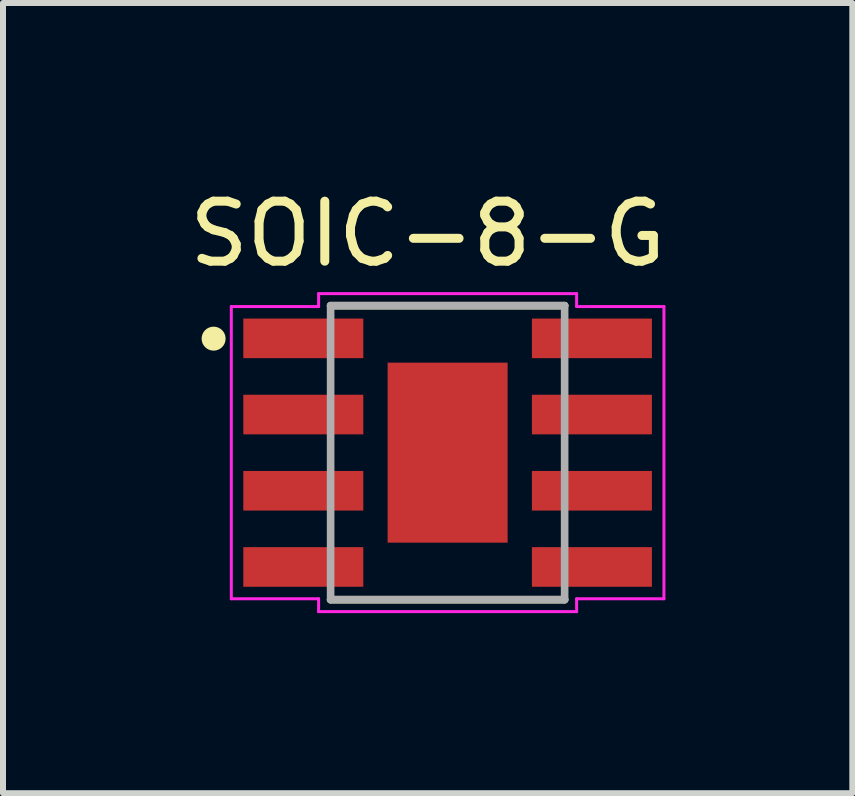
<source format=kicad_pcb>
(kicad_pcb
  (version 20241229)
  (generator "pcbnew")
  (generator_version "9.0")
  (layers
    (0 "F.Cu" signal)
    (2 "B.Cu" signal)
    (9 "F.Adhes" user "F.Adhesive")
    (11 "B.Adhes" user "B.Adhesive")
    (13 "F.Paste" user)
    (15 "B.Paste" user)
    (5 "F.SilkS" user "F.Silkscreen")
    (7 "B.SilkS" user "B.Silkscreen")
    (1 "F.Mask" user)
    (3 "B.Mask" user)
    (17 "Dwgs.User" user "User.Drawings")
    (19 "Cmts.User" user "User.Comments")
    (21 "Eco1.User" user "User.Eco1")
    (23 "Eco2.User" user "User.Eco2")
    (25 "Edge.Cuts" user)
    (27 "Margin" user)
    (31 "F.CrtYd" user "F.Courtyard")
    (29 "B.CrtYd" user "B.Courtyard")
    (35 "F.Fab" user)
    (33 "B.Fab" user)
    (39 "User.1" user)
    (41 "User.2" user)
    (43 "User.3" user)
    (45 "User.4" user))
  (footprint "SOIC-8-G"
    (layer "F.Cu")
    (at 4.41 4.494)
    (property "Reference" "SOIC-8-G" (at -0.333 -3.646 0) (layer "F.SilkS") (effects (font (size 1 1) (thickness 0.15))))
    (attr through_hole)
    (fp_line (start 1.95 -2.45) (end -1.95 -2.45) (stroke (width 0.127) (type solid)) (layer "F.SilkS"))
    (fp_line (start 1.95 2.45) (end -1.95 2.45) (stroke (width 0.127) (type solid)) (layer "F.SilkS"))
    (fp_circle (center -3.9 -1.9) (end -3.8 -1.9) (stroke (width 0.2) (type solid)) (fill no) (layer "F.SilkS"))
    (fp_line (start -3.605 -2.435) (end -3.605 2.435) (stroke (width 0.05) (type solid)) (layer "F.CrtYd"))
    (fp_line (start -3.605 2.435) (end -2.15 2.435) (stroke (width 0.05) (type solid)) (layer "F.CrtYd"))
    (fp_line (start -2.15 -2.65) (end -2.15 -2.435) (stroke (width 0.05) (type solid)) (layer "F.CrtYd"))
    (fp_line (start -2.15 -2.435) (end -3.605 -2.435) (stroke (width 0.05) (type solid)) (layer "F.CrtYd"))
    (fp_line (start -2.15 2.435) (end -2.15 2.65) (stroke (width 0.05) (type solid)) (layer "F.CrtYd"))
    (fp_line (start -2.15 2.65) (end 2.15 2.65) (stroke (width 0.05) (type solid)) (layer "F.CrtYd"))
    (fp_line (start 2.15 -2.65) (end -2.15 -2.65) (stroke (width 0.05) (type solid)) (layer "F.CrtYd"))
    (fp_line (start 2.15 -2.435) (end 2.15 -2.65) (stroke (width 0.05) (type solid)) (layer "F.CrtYd"))
    (fp_line (start 2.15 2.435) (end 3.605 2.435) (stroke (width 0.05) (type solid)) (layer "F.CrtYd"))
    (fp_line (start 2.15 2.65) (end 2.15 2.435) (stroke (width 0.05) (type solid)) (layer "F.CrtYd"))
    (fp_line (start 3.605 -2.435) (end 2.15 -2.435) (stroke (width 0.05) (type solid)) (layer "F.CrtYd"))
    (fp_line (start 3.605 2.435) (end 3.605 -2.435) (stroke (width 0.05) (type solid)) (layer "F.CrtYd"))
    (fp_line (start -1.95 -2.45) (end 1.95 -2.45) (stroke (width 0.127) (type solid)) (layer "F.Fab"))
    (fp_line (start -1.95 2.45) (end -1.95 -2.45) (stroke (width 0.127) (type solid)) (layer "F.Fab"))
    (fp_line (start 1.95 -2.45) (end 1.95 2.45) (stroke (width 0.127) (type solid)) (layer "F.Fab"))
    (fp_line (start 1.95 2.45) (end -1.95 2.45) (stroke (width 0.127) (type solid)) (layer "F.Fab"))
    (pad "1" smd rect (at -2.405 -1.905 270) (size 0.66 2) (layers "F.Cu" "F.Mask" "F.Paste"))
    (pad "2" smd rect (at -2.405 -0.635 270) (size 0.66 2) (layers "F.Cu" "F.Mask" "F.Paste"))
    (pad "3" smd rect (at -2.405 0.635 270) (size 0.66 2) (layers "F.Cu" "F.Mask" "F.Paste"))
    (pad "4" smd rect (at -2.405 1.905 270) (size 0.66 2) (layers "F.Cu" "F.Mask" "F.Paste"))
    (pad "5" smd rect (at 2.405 1.905 270) (size 0.66 2) (layers "F.Cu" "F.Mask" "F.Paste"))
    (pad "6" smd rect (at 2.405 0.635 270) (size 0.66 2) (layers "F.Cu" "F.Mask" "F.Paste"))
    (pad "7" smd rect (at 2.405 -0.635 270) (size 0.66 2) (layers "F.Cu" "F.Mask" "F.Paste"))
    (pad "8" smd rect (at 2.405 -1.905 270) (size 0.66 2) (layers "F.Cu" "F.Mask" "F.Paste"))
    (pad "P$1" smd rect (at 0 0) (size 2 3) (layers "F.Cu" "F.Mask" "F.Paste")))
  (gr_rect
    (start -3 -3)
    (end 11.155 10.169)
    (stroke (width 0.1) (type default))
    (fill no)
    (layer "Edge.Cuts")))
</source>
